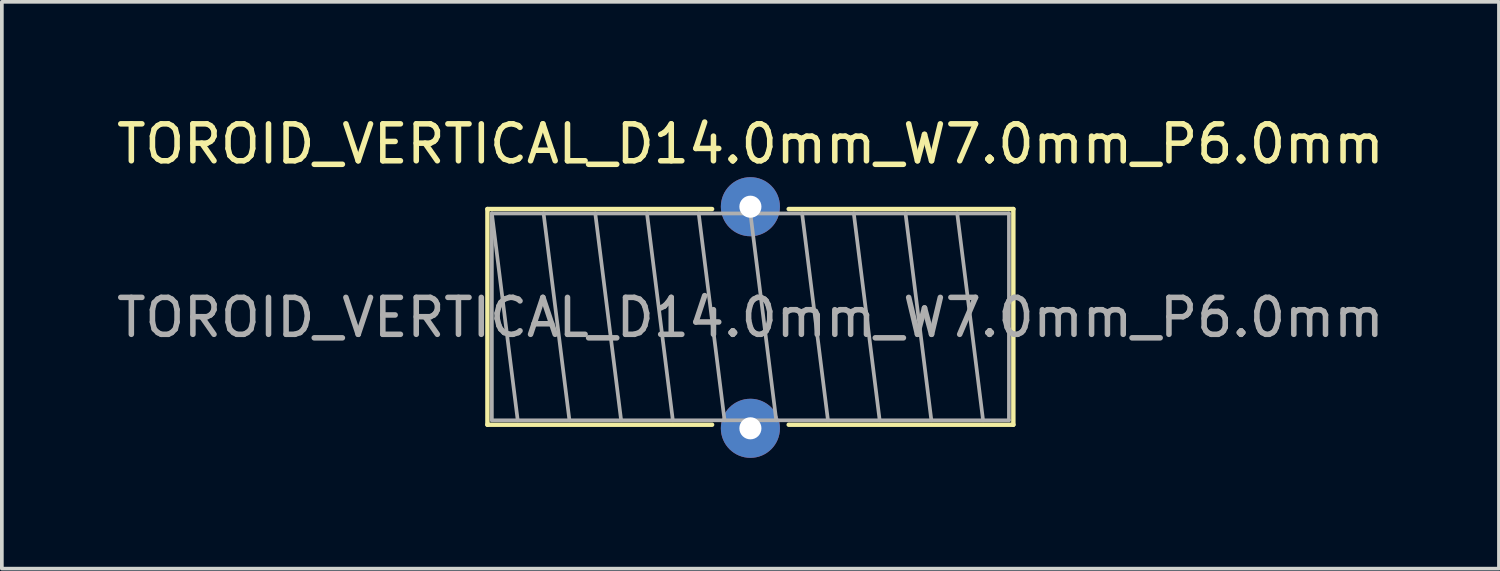
<source format=kicad_pcb>
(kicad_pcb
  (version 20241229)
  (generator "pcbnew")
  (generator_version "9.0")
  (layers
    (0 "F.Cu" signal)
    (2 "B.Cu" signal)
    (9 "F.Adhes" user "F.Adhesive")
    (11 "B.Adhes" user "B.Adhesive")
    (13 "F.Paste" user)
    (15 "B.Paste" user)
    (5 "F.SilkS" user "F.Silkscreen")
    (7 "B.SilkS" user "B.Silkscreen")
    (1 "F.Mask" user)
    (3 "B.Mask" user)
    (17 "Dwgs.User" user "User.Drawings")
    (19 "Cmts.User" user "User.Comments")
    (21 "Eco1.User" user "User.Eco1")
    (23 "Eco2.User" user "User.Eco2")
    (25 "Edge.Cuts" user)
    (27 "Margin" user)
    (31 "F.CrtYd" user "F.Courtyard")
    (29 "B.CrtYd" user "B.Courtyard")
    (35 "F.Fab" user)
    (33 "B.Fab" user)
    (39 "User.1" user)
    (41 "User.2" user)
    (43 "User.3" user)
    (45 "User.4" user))
  (footprint "TOROID_VERTICAL_D14.0mm_W7.0mm_P6.0mm"
    (layer "F.Cu")
    (at 17.268 5.547)
    (property "Reference" "TOROID_VERTICAL_D14.0mm_W7.0mm_P6.0mm" (at 0 -4.699 0) (layer "F.SilkS") (effects (font (size 1 1) (thickness 0.15))))
    (attr through_hole)
    (fp_line (start -7.12 -2.937) (end -7.12 2.903) (stroke (width 0.12) (type solid)) (layer "F.SilkS"))
    (fp_line (start -7.12 -2.937) (end -1.037 -2.937) (stroke (width 0.12) (type solid)) (layer "F.SilkS"))
    (fp_line (start -7.12 2.903) (end -1.037 2.903) (stroke (width 0.12) (type solid)) (layer "F.SilkS"))
    (fp_line (start 1.037 -2.937) (end 7.12 -2.937) (stroke (width 0.12) (type solid)) (layer "F.SilkS"))
    (fp_line (start 1.037 2.903) (end 7.12 2.903) (stroke (width 0.12) (type solid)) (layer "F.SilkS"))
    (fp_line (start 7.12 -2.937) (end 7.12 2.903) (stroke (width 0.12) (type solid)) (layer "F.SilkS"))
    (fp_line (start -7 -2.817) (end -7 2.783) (stroke (width 0.1) (type solid)) (layer "F.Fab"))
    (fp_line (start -7 -2.817) (end -6.3 2.783) (stroke (width 0.1) (type solid)) (layer "F.Fab"))
    (fp_line (start -7 2.783) (end 7 2.783) (stroke (width 0.1) (type solid)) (layer "F.Fab"))
    (fp_line (start -5.6 -2.817) (end -4.9 2.783) (stroke (width 0.1) (type solid)) (layer "F.Fab"))
    (fp_line (start -4.2 -2.817) (end -3.5 2.783) (stroke (width 0.1) (type solid)) (layer "F.Fab"))
    (fp_line (start -2.8 -2.817) (end -2.1 2.783) (stroke (width 0.1) (type solid)) (layer "F.Fab"))
    (fp_line (start -1.4 -2.817) (end -0.7 2.783) (stroke (width 0.1) (type solid)) (layer "F.Fab"))
    (fp_line (start 0 -2.817) (end 0.7 2.783) (stroke (width 0.1) (type solid)) (layer "F.Fab"))
    (fp_line (start 1.4 -2.817) (end 2.1 2.783) (stroke (width 0.1) (type solid)) (layer "F.Fab"))
    (fp_line (start 2.8 -2.817) (end 3.5 2.783) (stroke (width 0.1) (type solid)) (layer "F.Fab"))
    (fp_line (start 4.2 -2.817) (end 4.9 2.783) (stroke (width 0.1) (type solid)) (layer "F.Fab"))
    (fp_line (start 5.6 -2.817) (end 6.3 2.783) (stroke (width 0.1) (type solid)) (layer "F.Fab"))
    (fp_line (start 7 -2.817) (end -7 -2.817) (stroke (width 0.1) (type solid)) (layer "F.Fab"))
    (fp_line (start 7 2.783) (end 7 -2.817) (stroke (width 0.1) (type solid)) (layer "F.Fab"))
    (fp_text user "${REFERENCE}" (at 0 0 0) (layer "F.Fab") (effects (font (size 1 1) (thickness 0.15))))
    (pad "1" thru_hole circle (at 0 -3) (size 1.6 1.6) (drill 0.598) (layers "*.Cu" "*.Mask"))
    (pad "2" thru_hole circle (at 0 3) (size 1.6 1.6) (drill 0.598) (layers "*.Cu" "*.Mask")))
  (gr_rect
    (start -3 -3)
    (end 37.536 12.347)
    (stroke (width 0.1) (type default))
    (fill no)
    (layer "Edge.Cuts")))
</source>
